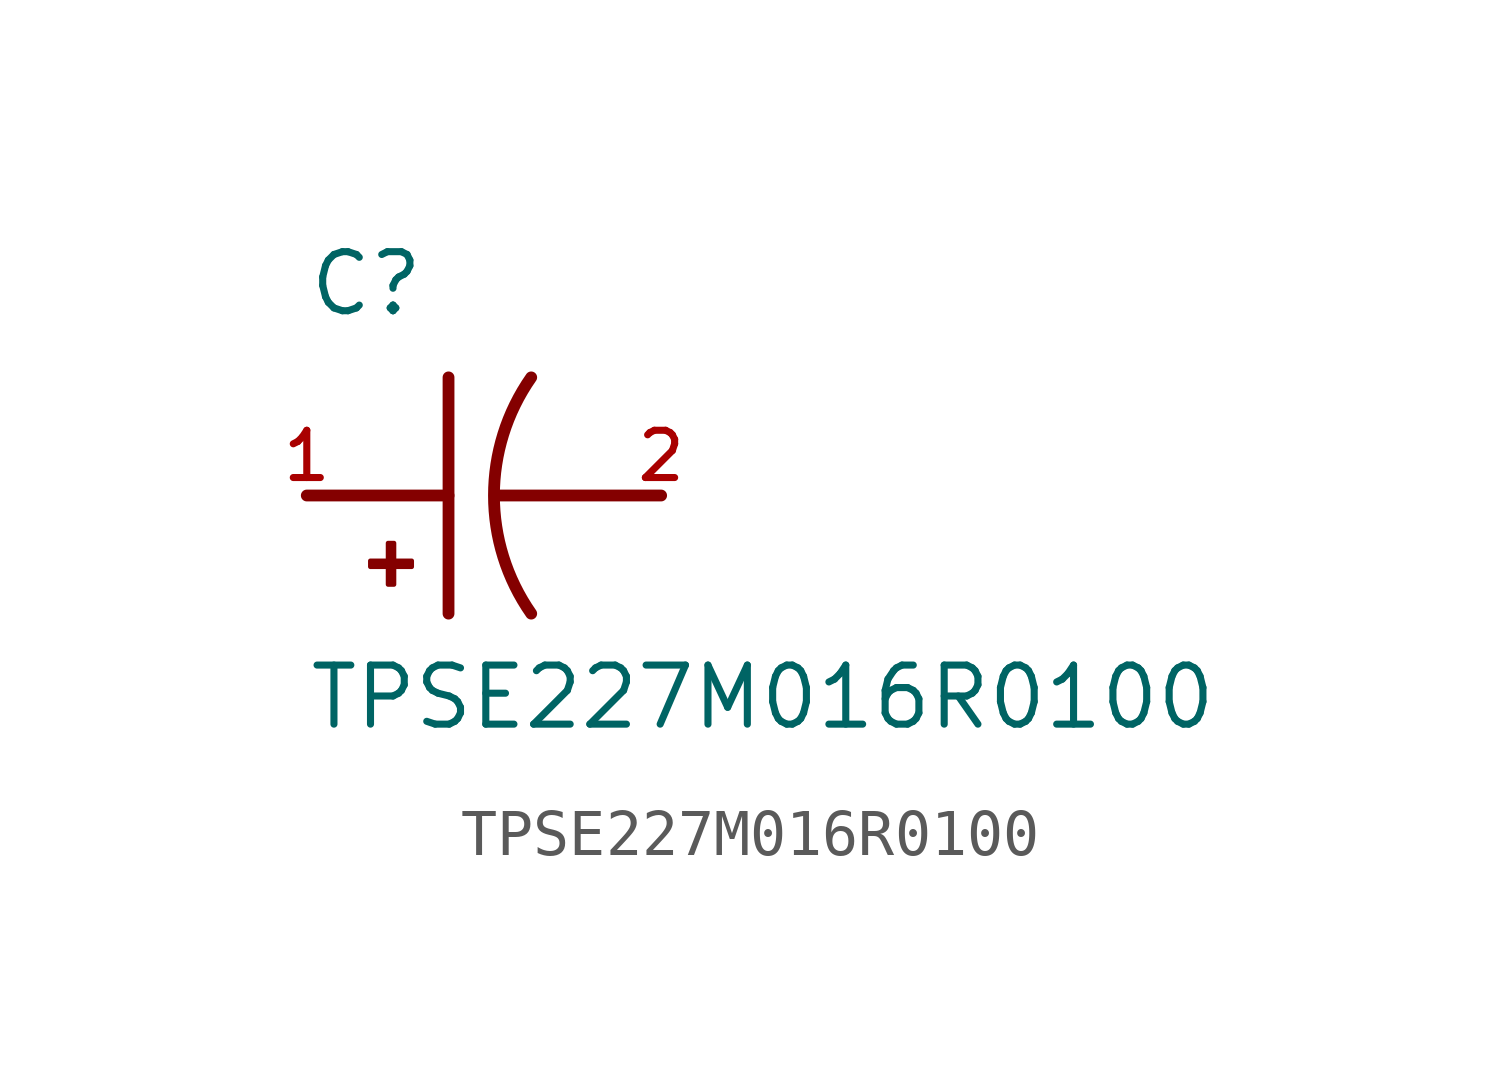
<source format=kicad_sym>
(kicad_symbol_lib
  (version 20211014)
  (generator kicad_symbol_editor)
  (symbol "TPSE227M016R0100"
    (pin_names
      (offset 1.016))
    (property "Reference" "C"
      (at -5.08 3.81 0)
      (effects (font (size 1.27 1.27)) (justify bottom left)))
    (property "Value" "TPSE227M016R0100"
      (at -5.08 -5.08 0)
      (effects (font (size 1.27 1.27)) (justify bottom left)))
    (symbol "TPSE227M016R0100_0_0"
      (arc (start -0.254 -2.54) (mid -1.0549 -0.0) (end -0.254 2.54) (stroke (width 0.254) (type default) (color 0 0 0 0)) (fill (type none)))
      (polyline (pts (xy -1.016 0.0) (xy 2.54 0.0)) (stroke (width 0.254)))
      (polyline (pts (xy -5.08 0.0) (xy -2.032 0.0)) (stroke (width 0.254)))
      (polyline (pts (xy -2.032 2.54) (xy -2.032 -2.54)) (stroke (width 0.254)))
      (rectangle (start -3.713 -1.532) (end -2.824 -1.405) (stroke (width 0.1)) (fill (type outline)))
      (rectangle (start -3.332 -1.913) (end -3.205 -1.024) (stroke (width 0.1)) (fill (type outline)))
      (pin passive line (at -5.08 0.0 0) (length 0) (name "~" (effects (font (size 1.016 1.016)))) (number "1" (effects (font (size 1.016 1.016)))))
      (pin passive line (at 2.54 0.0 180.0) (length 0) (name "~" (effects (font (size 1.016 1.016)))) (number "2" (effects (font (size 1.016 1.016))))))))
</source>
